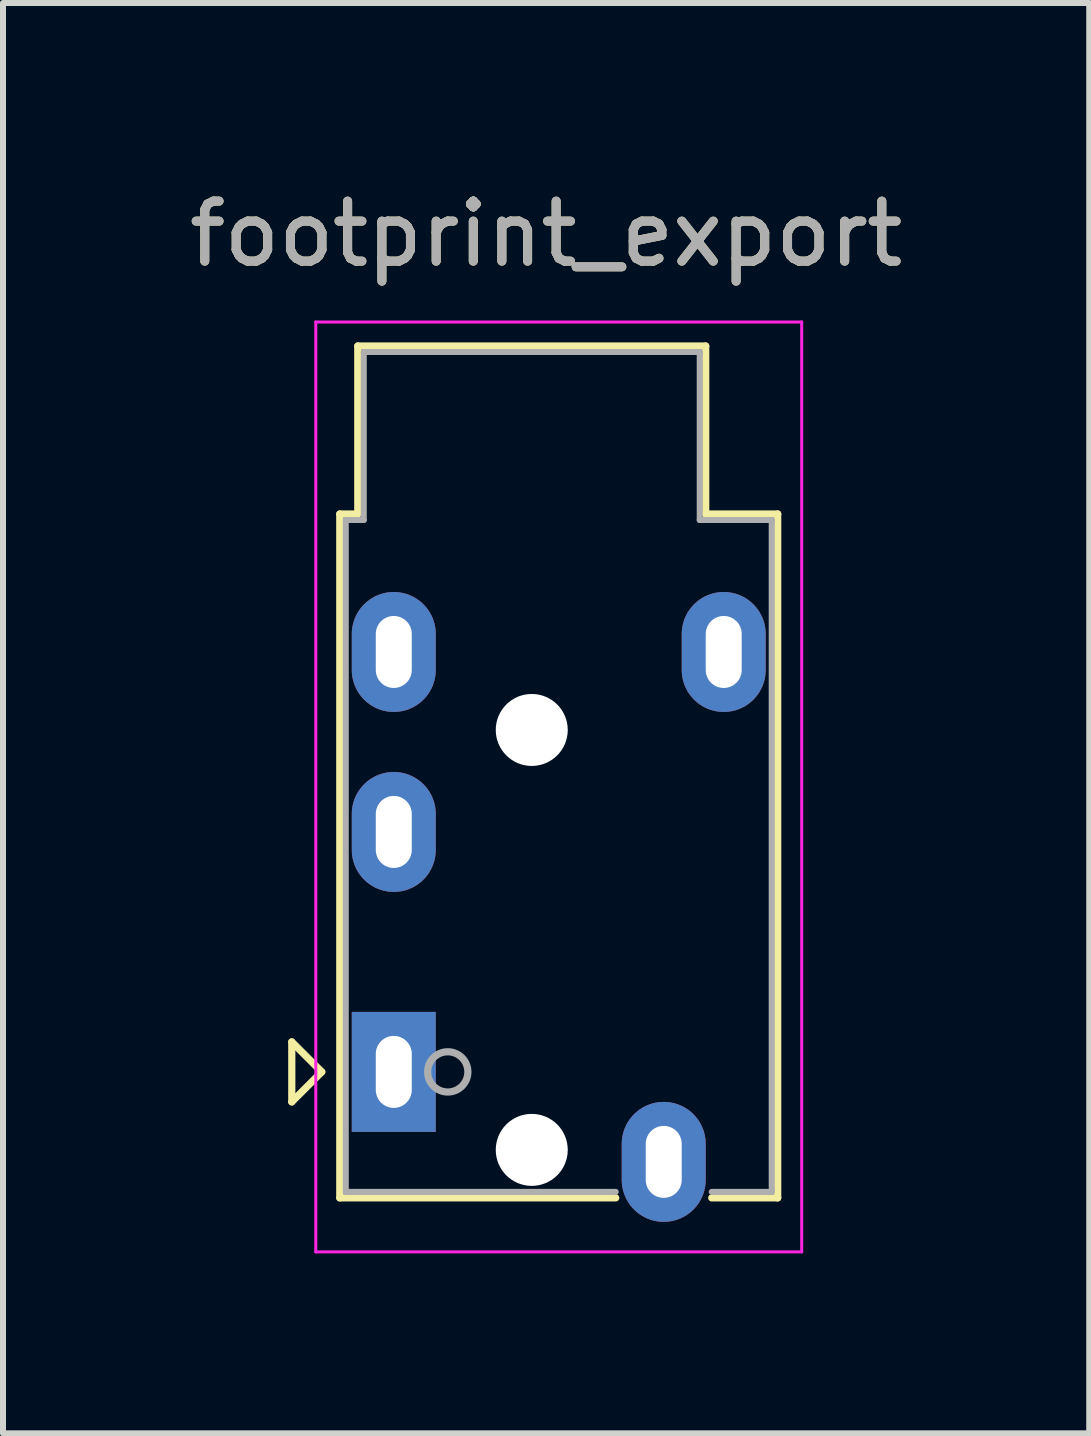
<source format=kicad_pcb>
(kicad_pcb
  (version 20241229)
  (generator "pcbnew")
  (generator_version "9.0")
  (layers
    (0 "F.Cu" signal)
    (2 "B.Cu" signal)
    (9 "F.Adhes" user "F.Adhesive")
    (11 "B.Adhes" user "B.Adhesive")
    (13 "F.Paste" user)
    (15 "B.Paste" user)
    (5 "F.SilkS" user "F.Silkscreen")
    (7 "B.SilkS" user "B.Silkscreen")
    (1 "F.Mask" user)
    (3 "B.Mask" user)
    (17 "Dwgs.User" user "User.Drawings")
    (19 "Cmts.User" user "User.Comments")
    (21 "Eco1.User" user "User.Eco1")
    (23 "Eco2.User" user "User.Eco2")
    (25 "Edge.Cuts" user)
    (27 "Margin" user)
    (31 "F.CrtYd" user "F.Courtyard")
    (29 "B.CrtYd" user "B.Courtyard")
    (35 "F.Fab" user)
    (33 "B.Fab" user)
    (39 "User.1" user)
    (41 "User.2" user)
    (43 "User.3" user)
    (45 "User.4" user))
  (footprint "footprint_export"
    (layer "F.Cu")
    (at 3.514 14.818)
    (property "Reference" "footprint_export" (at 2.54 -13.97 0) (layer "F.SilkS") (effects (font (size 1 1) (thickness 0.15))))
    (attr through_hole)
    (fp_line (start -1.7 -0.5) (end -1.7 0.5) (stroke (width 0.12) (type solid)) (layer "F.SilkS"))
    (fp_line (start -1.7 0.5) (end -1.2 0) (stroke (width 0.12) (type solid)) (layer "F.SilkS"))
    (fp_line (start -1.2 0) (end -1.7 -0.5) (stroke (width 0.12) (type solid)) (layer "F.SilkS"))
    (fp_line (start -0.9 -9.3) (end -0.9 2.1) (stroke (width 0.12) (type solid)) (layer "F.SilkS"))
    (fp_line (start -0.9 -9.3) (end -0.6 -9.3) (stroke (width 0.12) (type solid)) (layer "F.SilkS"))
    (fp_line (start -0.9 2.1) (end 3.7 2.1) (stroke (width 0.12) (type solid)) (layer "F.SilkS"))
    (fp_line (start -0.6 -9.3) (end -0.6 -12.1) (stroke (width 0.12) (type solid)) (layer "F.SilkS"))
    (fp_line (start 5.2 -12.1) (end -0.6 -12.1) (stroke (width 0.12) (type solid)) (layer "F.SilkS"))
    (fp_line (start 5.2 -9.3) (end 5.2 -12.1) (stroke (width 0.12) (type solid)) (layer "F.SilkS"))
    (fp_line (start 5.2 -9.3) (end 6.4 -9.3) (stroke (width 0.12) (type solid)) (layer "F.SilkS"))
    (fp_line (start 6.4 -9.3) (end 6.4 2.1) (stroke (width 0.12) (type solid)) (layer "F.SilkS"))
    (fp_line (start 6.4 2.1) (end 5.3 2.1) (stroke (width 0.12) (type solid)) (layer "F.SilkS"))
    (fp_line (start -1.3 -12.5) (end -1.3 3) (stroke (width 0.05) (type solid)) (layer "F.CrtYd"))
    (fp_line (start -1.3 -12.5) (end 6.8 -12.5) (stroke (width 0.05) (type solid)) (layer "F.CrtYd"))
    (fp_line (start -1.3 3) (end 6.8 3) (stroke (width 0.05) (type solid)) (layer "F.CrtYd"))
    (fp_line (start 6.8 -12.5) (end 6.8 3) (stroke (width 0.05) (type solid)) (layer "F.CrtYd"))
    (fp_line (start -0.8 -9.2) (end -0.5 -9.2) (stroke (width 0.1) (type solid)) (layer "F.Fab"))
    (fp_line (start -0.8 2) (end -0.8 -9.2) (stroke (width 0.1) (type solid)) (layer "F.Fab"))
    (fp_line (start -0.5 -12) (end 5.1 -12) (stroke (width 0.1) (type solid)) (layer "F.Fab"))
    (fp_line (start -0.5 -9.2) (end -0.5 -12) (stroke (width 0.1) (type solid)) (layer "F.Fab"))
    (fp_line (start 3.7 2) (end -0.8 2) (stroke (width 0.1) (type solid)) (layer "F.Fab"))
    (fp_line (start 5.1 -12) (end 5.1 -9.2) (stroke (width 0.1) (type solid)) (layer "F.Fab"))
    (fp_line (start 5.1 -9.2) (end 6.3 -9.2) (stroke (width 0.1) (type solid)) (layer "F.Fab"))
    (fp_line (start 6.3 -9.2) (end 6.3 2) (stroke (width 0.1) (type solid)) (layer "F.Fab"))
    (fp_line (start 6.3 2) (end 5.3 2) (stroke (width 0.1) (type solid)) (layer "F.Fab"))
    (fp_circle (center 0.9 0) (end 1.2 0.15) (stroke (width 0.12) (type solid)) (fill no) (layer "F.Fab"))
    (fp_text user "${REFERENCE}" (at 2.54 -13.97 0) (layer "F.Fab") (effects (font (size 1 1) (thickness 0.15))))
    (pad "" np_thru_hole circle (at 2.3 -5.7 270) (size 1.2 1.2) (drill 1.2) (layers "*.Cu" "*.Mask"))
    (pad "" np_thru_hole circle (at 2.3 1.3 270) (size 1.2 1.2) (drill 1.2) (layers "*.Cu" "*.Mask"))
    (pad "" thru_hole oval (at 5.5 -7 270) (size 2 1.4) (drill oval 1.2 0.6) (layers "*.Cu" "*.Mask"))
    (pad "R1" thru_hole oval (at 0 -4 270) (size 2 1.4) (drill oval 1.2 0.6) (layers "*.Cu" "*.Mask"))
    (pad "R2" thru_hole oval (at 0 -7 270) (size 2 1.4) (drill oval 1.2 0.6) (layers "*.Cu" "*.Mask"))
    (pad "S" thru_hole oval (at 4.5 1.5 270) (size 2 1.4) (drill oval 1.2 0.6) (layers "*.Cu" "*.Mask"))
    (pad "T" thru_hole rect (at 0 0 270) (size 2 1.4) (drill oval 1.2 0.6) (layers "*.Cu" "*.Mask")))
  (gr_rect
    (start -3 -3)
    (end 15.107 20.843)
    (stroke (width 0.1) (type default))
    (fill no)
    (layer "Edge.Cuts")))
</source>
